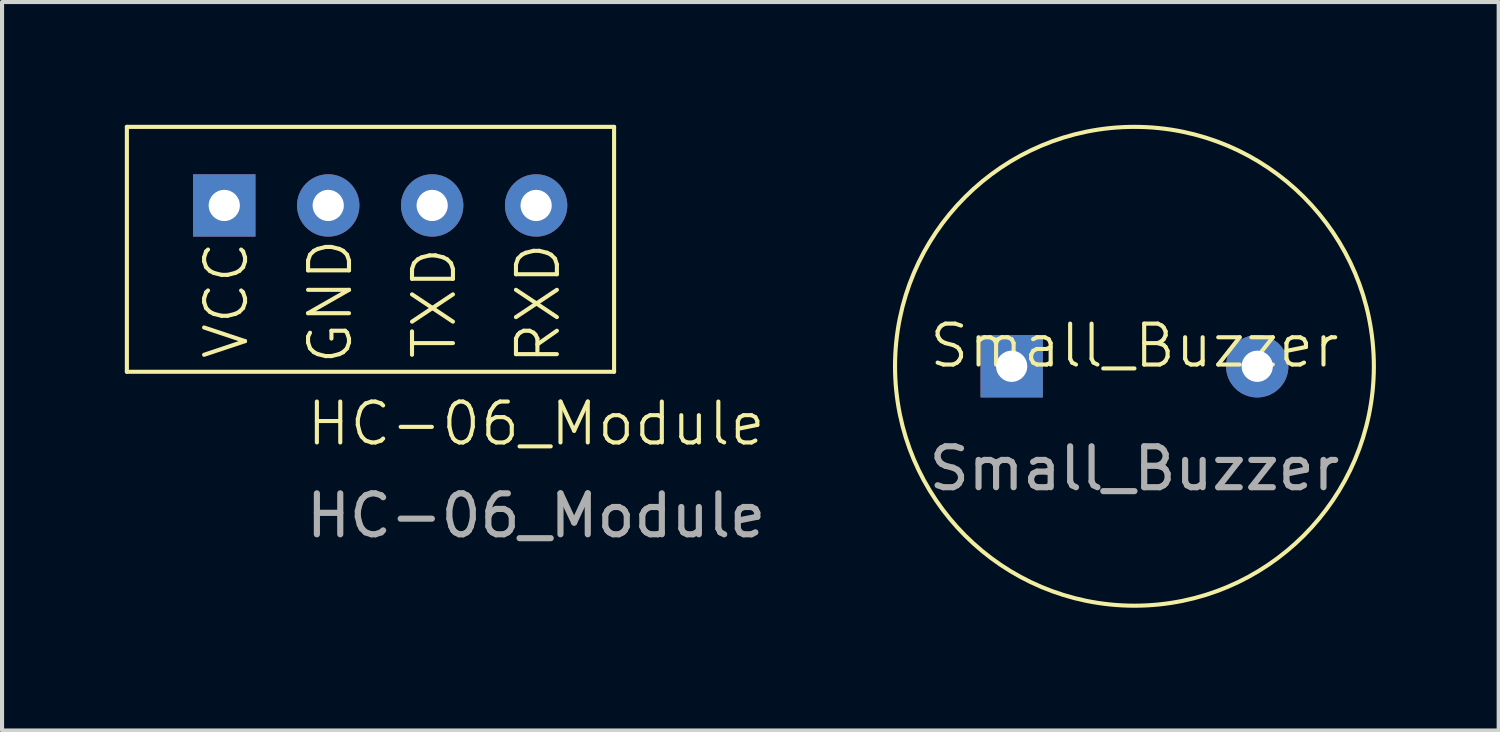
<source format=kicad_pcb>
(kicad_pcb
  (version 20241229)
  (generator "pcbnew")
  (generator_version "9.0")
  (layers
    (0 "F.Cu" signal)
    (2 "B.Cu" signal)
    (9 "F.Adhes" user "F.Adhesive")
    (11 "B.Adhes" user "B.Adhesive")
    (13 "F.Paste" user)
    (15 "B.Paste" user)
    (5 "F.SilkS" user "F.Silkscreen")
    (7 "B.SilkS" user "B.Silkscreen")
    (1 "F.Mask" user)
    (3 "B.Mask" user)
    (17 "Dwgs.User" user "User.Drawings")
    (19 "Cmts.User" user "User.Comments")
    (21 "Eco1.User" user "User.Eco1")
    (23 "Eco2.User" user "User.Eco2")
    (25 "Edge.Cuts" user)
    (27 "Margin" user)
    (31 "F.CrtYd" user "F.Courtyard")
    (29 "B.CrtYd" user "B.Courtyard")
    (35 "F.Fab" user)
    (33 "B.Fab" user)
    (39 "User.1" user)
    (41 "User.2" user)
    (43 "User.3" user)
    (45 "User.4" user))
  (footprint "Small_Buzzer"
    (layer "F.Cu")
    (at 24.67 5.9)
    (property "Reference" "Small_Buzzer" (at 0 -0.5 0) (unlocked yes) (layer "F.SilkS") (effects (font (size 1 1) (thickness 0.1))))
    (attr through_hole)
    (fp_circle (center 0 0) (end 5.85 0) (stroke (width 0.1) (type default)) (fill no) (layer "F.SilkS"))
    (fp_text user "${REFERENCE}" (at 0 2.5 0) (unlocked yes) (layer "F.Fab") (effects (font (size 1 1) (thickness 0.15))))
    (pad "1" thru_hole rect (at -3 0) (size 1.524 1.524) (drill 0.762) (layers "*.Cu" "*.Mask"))
    (pad "2" thru_hole circle (at 3 0) (size 1.524 1.524) (drill 0.762) (layers "*.Cu" "*.Mask")))
  (footprint "HC-06_Module"
    (layer "F.Cu")
    (at 6.113 3.494)
    (property "Reference" "HC-06_Module" (at 3.937 3.81 0) (unlocked yes) (layer "F.SilkS") (effects (font (size 1 1) (thickness 0.1))))
    (attr through_hole)
    (fp_line (start -6.063 -3.444) (end 5.842 -3.444) (stroke (width 0.1) (type default)) (layer "F.SilkS"))
    (fp_line (start -6.063 2.54) (end -6.063 -3.444) (stroke (width 0.1) (type default)) (layer "F.SilkS"))
    (fp_line (start 5.842 -3.444) (end 5.842 2.54) (stroke (width 0.1) (type default)) (layer "F.SilkS"))
    (fp_line (start 5.842 2.54) (end -6.063 2.54) (stroke (width 0.1) (type default)) (layer "F.SilkS"))
    (fp_text user "VCC" (at -3.048 2.286 90) (unlocked yes) (layer "F.SilkS") (effects (font (size 1 1) (thickness 0.1)) (justify left bottom)))
    (fp_text user "RXD" (at 4.572 2.413 90) (unlocked yes) (layer "F.SilkS") (effects (font (size 1 1) (thickness 0.1)) (justify left bottom)))
    (fp_text user "TXD" (at 2.032 2.286 90) (unlocked yes) (layer "F.SilkS") (effects (font (size 1 1) (thickness 0.1)) (justify left bottom)))
    (fp_text user "GND" (at -0.508 2.413 90) (unlocked yes) (layer "F.SilkS") (effects (font (size 1 1) (thickness 0.1)) (justify left bottom)))
    (fp_text user "${REFERENCE}" (at 3.937 6.056 0) (unlocked yes) (layer "F.Fab") (effects (font (size 1 1) (thickness 0.15))))
    (pad "1" thru_hole rect (at -3.683 -1.524) (size 1.524 1.524) (drill 0.762) (layers "*.Cu" "*.Mask"))
    (pad "2" thru_hole circle (at -1.143 -1.524) (size 1.524 1.524) (drill 0.762) (layers "*.Cu" "*.Mask"))
    (pad "3" thru_hole circle (at 1.397 -1.524) (size 1.524 1.524) (drill 0.762) (layers "*.Cu" "*.Mask"))
    (pad "4" thru_hole circle (at 3.937 -1.524) (size 1.524 1.524) (drill 0.762) (layers "*.Cu" "*.Mask"))
    (zone (net_name "") (layer "F.SilkS") (hatch edge 0.5) (connect_pads) (min_thickness 0.25) (filled_areas_thickness no) (keepout (tracks allowed) (vias allowed) (pads not_allowed) (copperpour allowed) (footprints not_allowed)) (placement (enabled no)) (fill) (polygon (pts (xy 0.05 0.05) (xy 11.955 0.05) (xy 11.955 6.034) (xy 0.05 6.034)))))
  (gr_rect
    (start -3 -3)
    (end 33.57 14.8)
    (stroke (width 0.1) (type default))
    (fill no)
    (layer "Edge.Cuts")))
</source>
